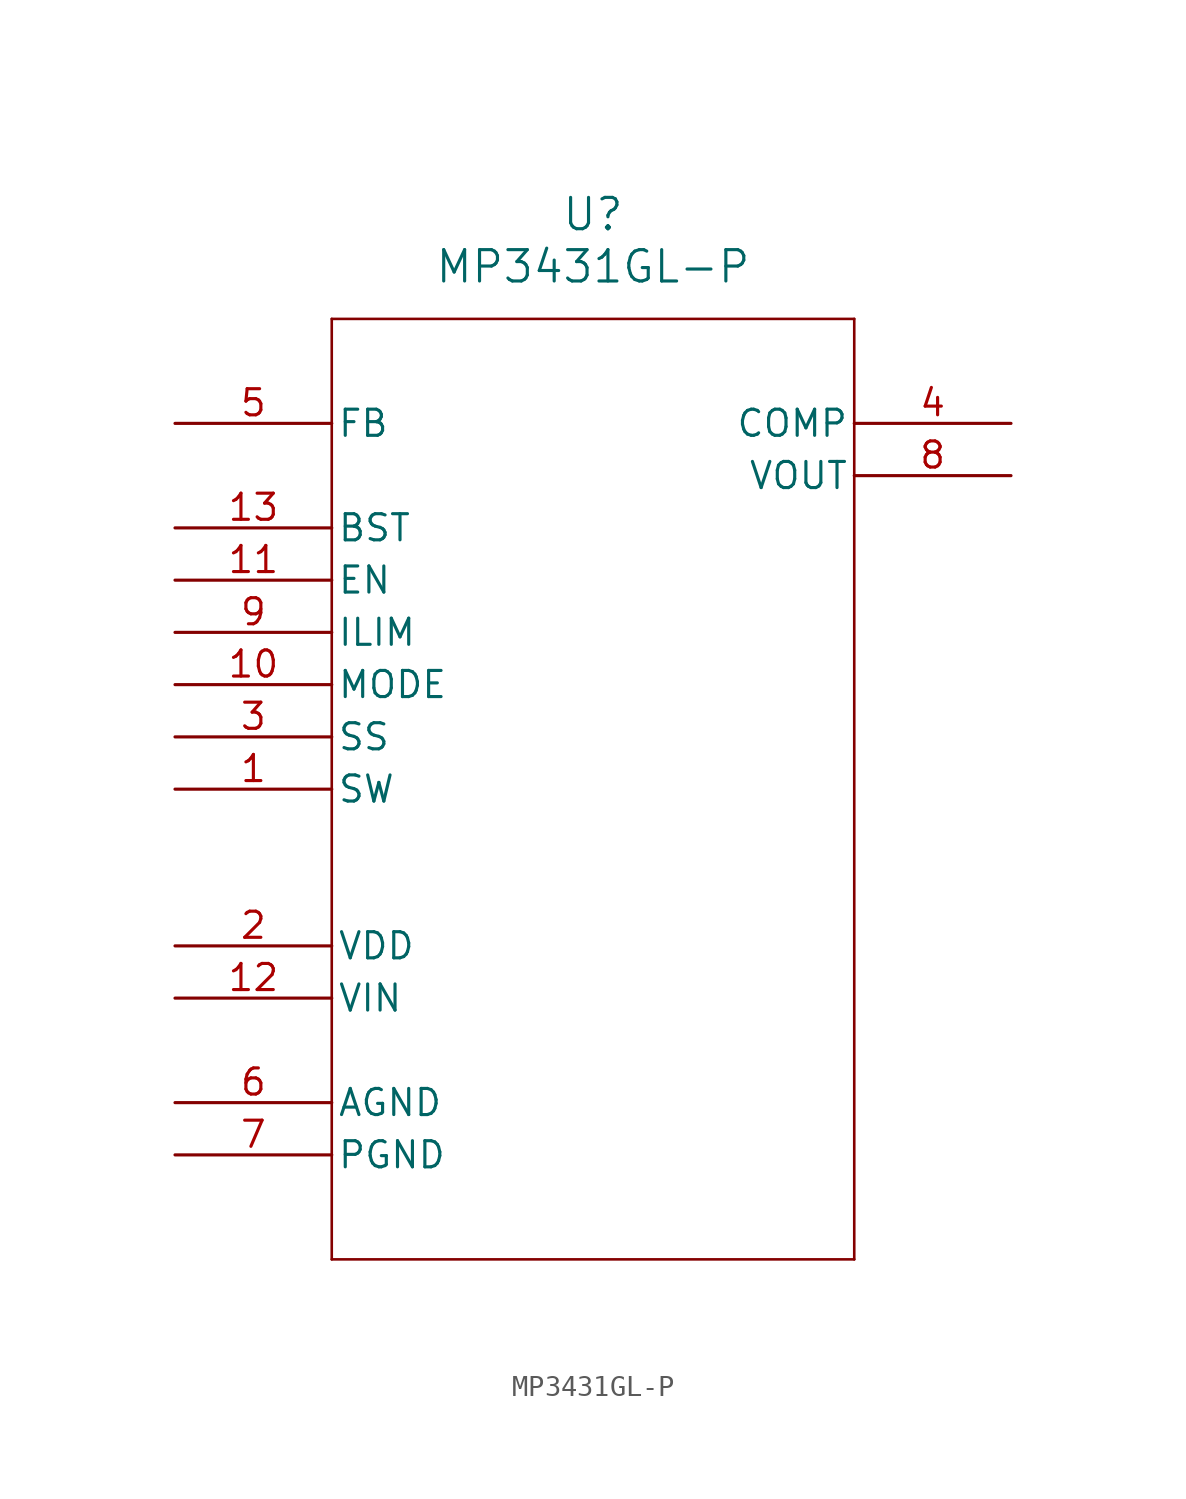
<source format=kicad_sym>
(kicad_symbol_lib
  (version 20211014)
  (generator kicad_symbol_editor)
  (symbol "MP3431GL-P"
    (pin_names
      (offset 0.254))
    (property "Reference" "U"
      (at 20.32 10.16 0)
      (effects (font (size 1.524 1.524))))
    (property "Value" "MP3431GL-P"
      (at 20.32 7.62 0)
      (effects (font (size 1.524 1.524))))
    (symbol "MP3431GL-P_0_1"
      (polyline (pts (xy 7.62 5.08) (xy 7.62 -40.64)) (stroke (width 0.127) (type default) (color 0 0 0 0)) (fill (type none)))
      (polyline (pts (xy 7.62 -40.64) (xy 33.02 -40.64)) (stroke (width 0.127) (type default) (color 0 0 0 0)) (fill (type none)))
      (polyline (pts (xy 33.02 -40.64) (xy 33.02 5.08)) (stroke (width 0.127) (type default) (color 0 0 0 0)) (fill (type none)))
      (polyline (pts (xy 33.02 5.08) (xy 7.62 5.08)) (stroke (width 0.127) (type default) (color 0 0 0 0)) (fill (type none)))
      (pin unspecified line (at 0 -17.78 0) (length 7.62) (name "SW" (effects (font (size 1.27 1.27)))) (number "1" (effects (font (size 1.27 1.27)))))
      (pin power_in line (at 0 -25.4 0) (length 7.62) (name "VDD" (effects (font (size 1.27 1.27)))) (number "2" (effects (font (size 1.27 1.27)))))
      (pin unspecified line (at 0 -15.24 0) (length 7.62) (name "SS" (effects (font (size 1.27 1.27)))) (number "3" (effects (font (size 1.27 1.27)))))
      (pin output line (at 40.64 0 180) (length 7.62) (name "COMP" (effects (font (size 1.27 1.27)))) (number "4" (effects (font (size 1.27 1.27)))))
      (pin input line (at 0 0 0) (length 7.62) (name "FB" (effects (font (size 1.27 1.27)))) (number "5" (effects (font (size 1.27 1.27)))))
      (pin power_in line (at 0 -33.02 0) (length 7.62) (name "AGND" (effects (font (size 1.27 1.27)))) (number "6" (effects (font (size 1.27 1.27)))))
      (pin power_in line (at 0 -35.56 0) (length 7.62) (name "PGND" (effects (font (size 1.27 1.27)))) (number "7" (effects (font (size 1.27 1.27)))))
      (pin power_in line (at 40.64 -2.54 180) (length 7.62) (name "VOUT" (effects (font (size 1.27 1.27)))) (number "8" (effects (font (size 1.27 1.27)))))
      (pin unspecified line (at 0 -10.16 0) (length 7.62) (name "ILIM" (effects (font (size 1.27 1.27)))) (number "9" (effects (font (size 1.27 1.27)))))
      (pin unspecified line (at 0 -12.7 0) (length 7.62) (name "MODE" (effects (font (size 1.27 1.27)))) (number "10" (effects (font (size 1.27 1.27)))))
      (pin unspecified line (at 0 -7.62 0) (length 7.62) (name "EN" (effects (font (size 1.27 1.27)))) (number "11" (effects (font (size 1.27 1.27)))))
      (pin power_in line (at 0 -27.94 0) (length 7.62) (name "VIN" (effects (font (size 1.27 1.27)))) (number "12" (effects (font (size 1.27 1.27)))))
      (pin unspecified line (at 0 -5.08 0) (length 7.62) (name "BST" (effects (font (size 1.27 1.27)))) (number "13" (effects (font (size 1.27 1.27))))))))
</source>
